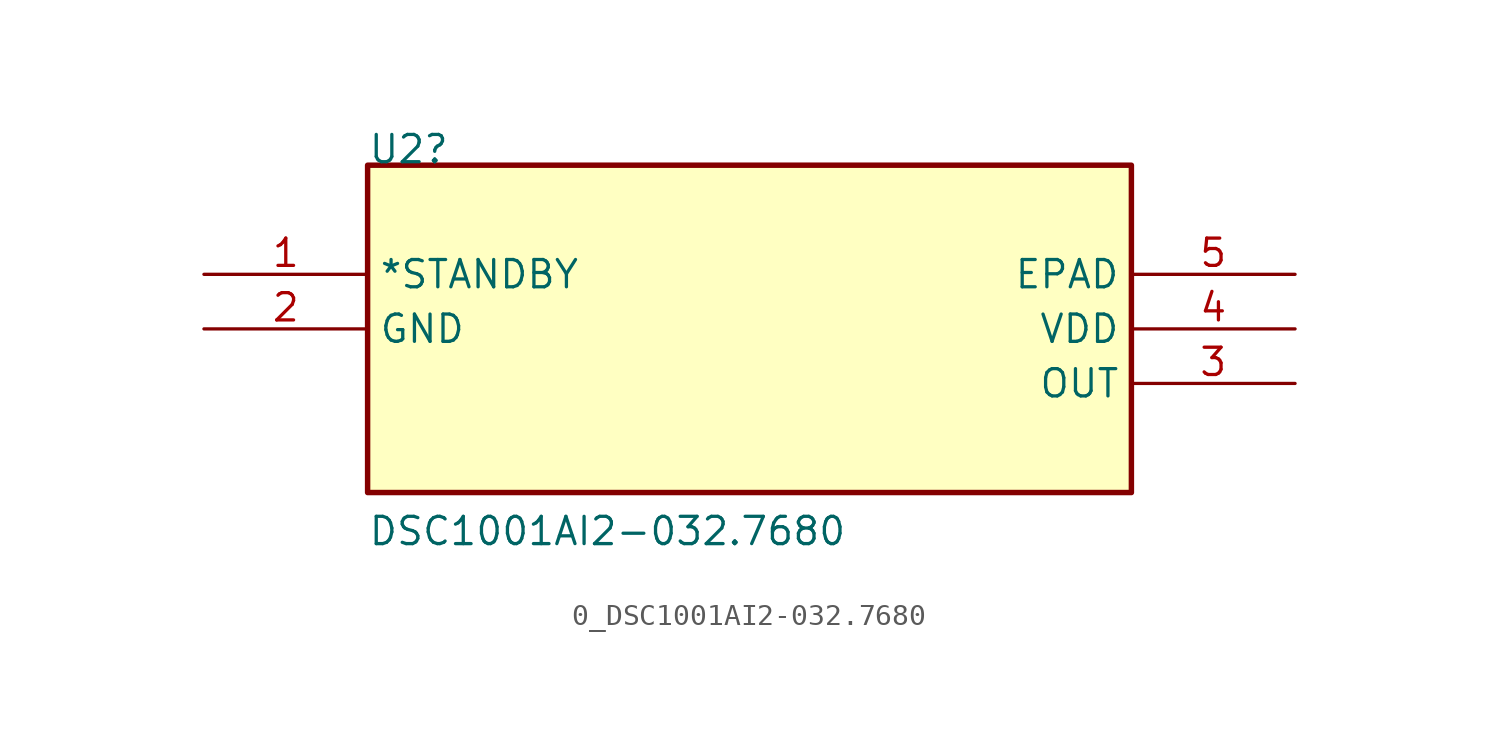
<source format=kicad_sym>
(kicad_symbol_lib
  (version 20211014)
  (generator kicad_symbol_editor)
  (symbol "0_DSC1001AI2-032.7680"
    (property "Reference" "U2"
      (at 7.62 5.08 0)
      (effects (font (size 1.27 1.27)) (justify left bottom)))
    (property "Value" "DSC1001AI2-032.7680"
      (at 7.62 -12.7 0)
      (effects (font (size 1.27 1.27)) (justify left bottom)))
    (symbol "0_DSC1001AI2-032.7680_1_0"
      (rectangle (start 43.18 5.08) (end 7.62 -10.16) (stroke (width 0.254) (type default) (color 0 0 0 0)) (fill (type background)))
      (pin input line (at 0 0 0) (length 7.62) (name "*STANDBY" (effects (font (size 1.27 1.27)))) (number "1" (effects (font (size 1.27 1.27)))))
      (pin passive line (at 0 -2.54 0) (length 7.62) (name "GND" (effects (font (size 1.27 1.27)))) (number "2" (effects (font (size 1.27 1.27)))))
      (pin output line (at 50.8 -5.08 180) (length 7.62) (name "OUT" (effects (font (size 1.27 1.27)))) (number "3" (effects (font (size 1.27 1.27)))))
      (pin power_in line (at 50.8 -2.54 180) (length 7.62) (name "VDD" (effects (font (size 1.27 1.27)))) (number "4" (effects (font (size 1.27 1.27)))))
      (pin passive line (at 50.8 0 180) (length 7.62) (name "EPAD" (effects (font (size 1.27 1.27)))) (number "5" (effects (font (size 1.27 1.27))))))))
</source>
